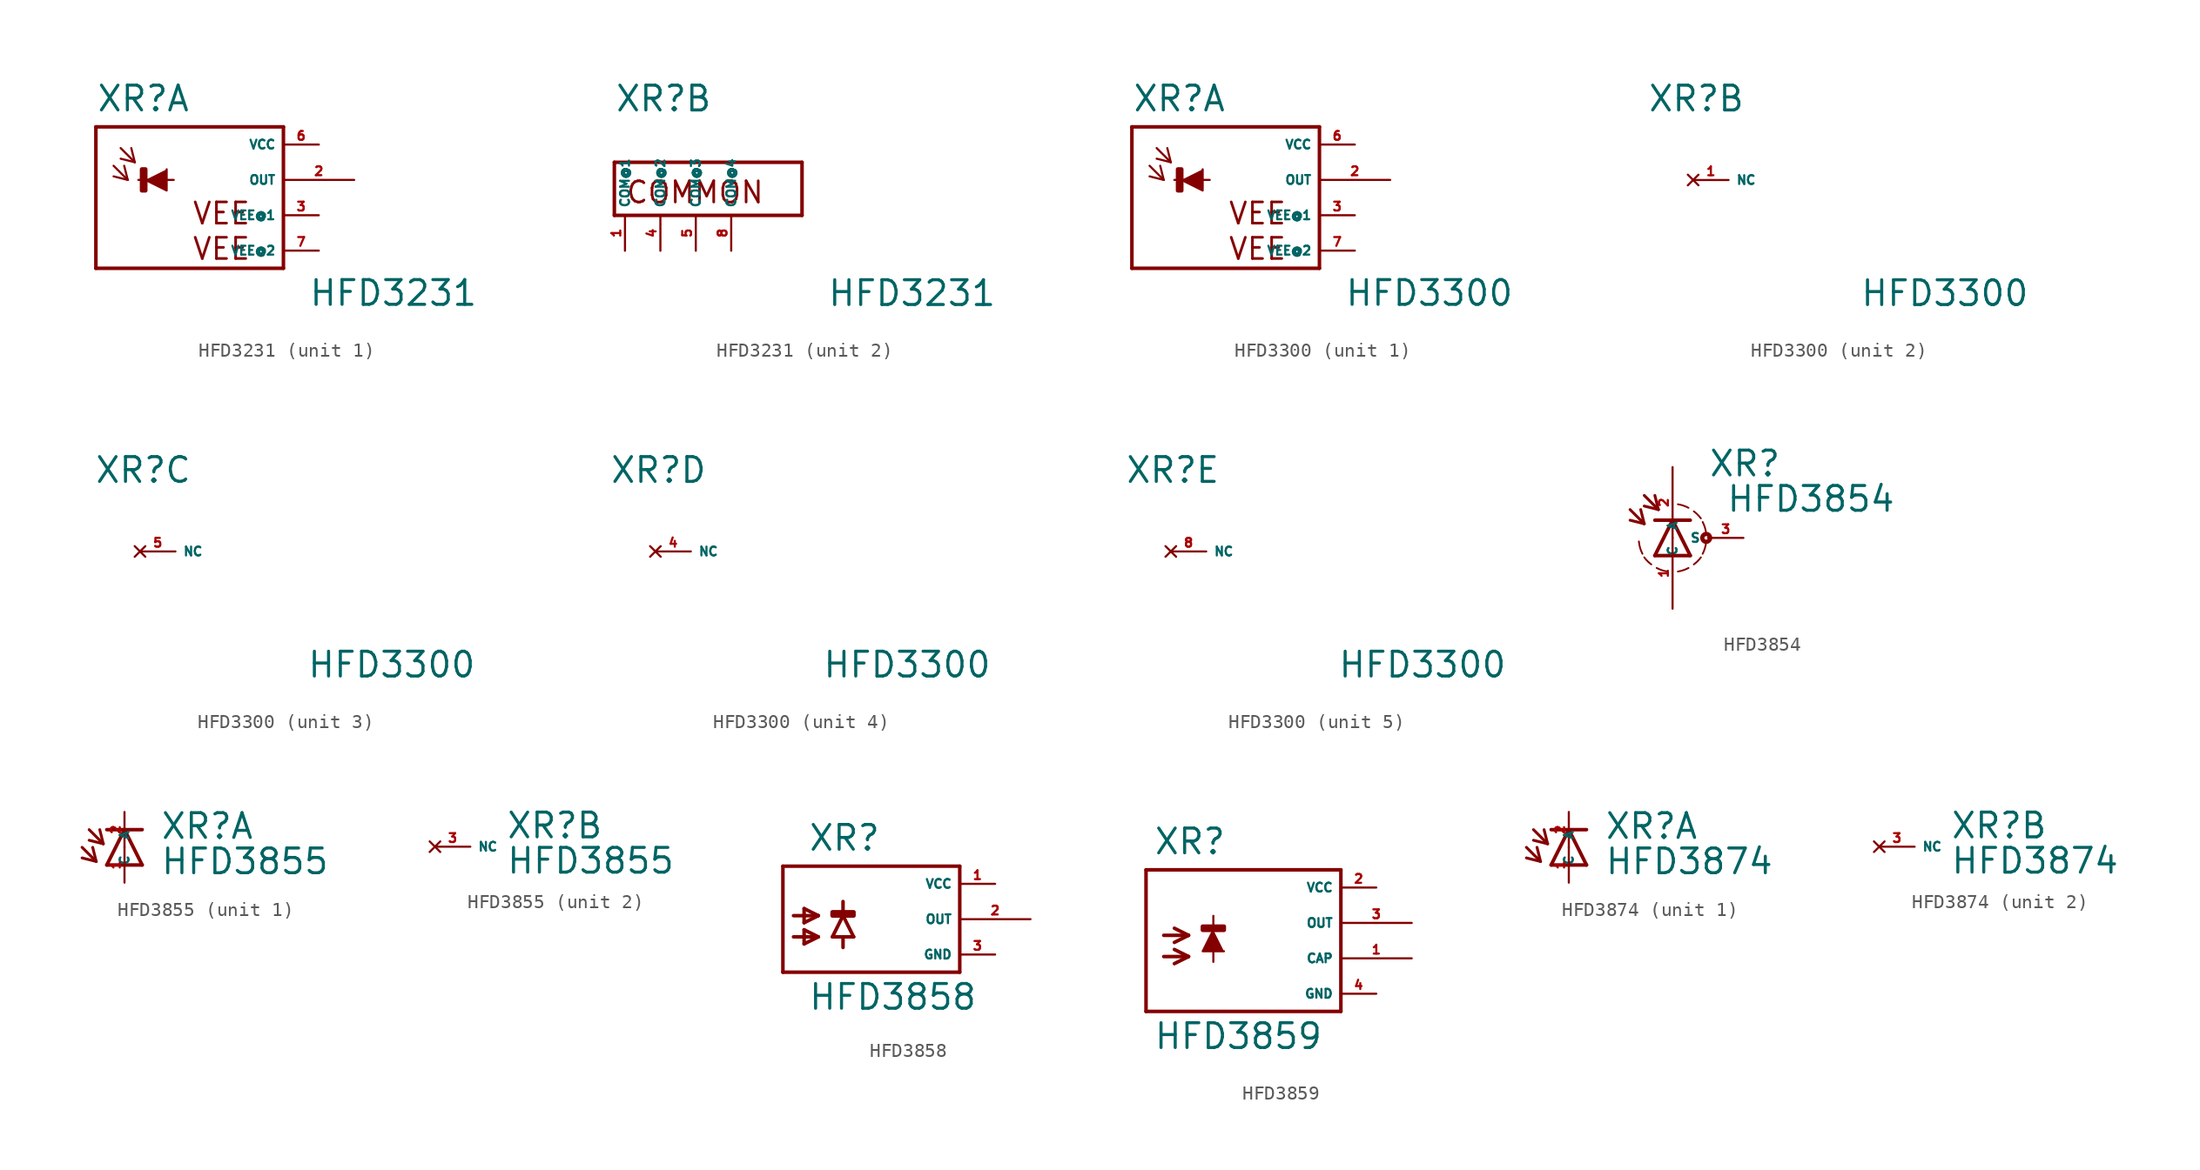
<source format=kicad_sym>
(kicad_symbol_lib
  (version 20220914)
  (generator Eagle2Kicad)
  (symbol "HFD3231"
    (property "Reference" "XR"
      (at -5.842 4.801 0)
      (effects (font (size 1.778 1.778) (thickness 0.22)) (justify left bottom)))
    (property "Value" "HFD3231"
      (at 9.398 -9.169 0)
      (effects (font (size 1.778 1.778) (thickness 0.22)) (justify left bottom)))
    (symbol "HFD3231_1_0"
      (polyline (pts (xy -2.286 0) (xy -0.762 -0.762) (xy -0.762 0.762)) (stroke (width 0.152) (type default)) (fill (type outline)))
      (polyline (pts (xy -4.572 1.016) (xy -3.556 0)) (stroke (width 0.152) (type default)) (fill (type none)))
      (polyline (pts (xy -3.556 0) (xy -3.81 1.016)) (stroke (width 0.152) (type default)) (fill (type none)))
      (polyline (pts (xy -3.556 0) (xy -4.572 0.254)) (stroke (width 0.152) (type default)) (fill (type none)))
      (polyline (pts (xy -4.064 2.286) (xy -3.048 1.27)) (stroke (width 0.152) (type default)) (fill (type none)))
      (polyline (pts (xy -3.048 1.27) (xy -3.302 2.286)) (stroke (width 0.152) (type default)) (fill (type none)))
      (polyline (pts (xy -3.048 1.27) (xy -4.064 1.524)) (stroke (width 0.152) (type default)) (fill (type none)))
      (polyline (pts (xy 7.62 3.81) (xy 7.62 -6.35)) (stroke (width 0.254) (type default)) (fill (type none)))
      (polyline (pts (xy 7.62 -6.35) (xy -5.842 -6.35)) (stroke (width 0.254) (type default)) (fill (type none)))
      (polyline (pts (xy -5.842 -6.35) (xy -5.842 3.81)) (stroke (width 0.254) (type default)) (fill (type none)))
      (polyline (pts (xy -5.842 3.81) (xy 7.62 3.81)) (stroke (width 0.254) (type default)) (fill (type none)))
      (polyline (pts (xy -2.794 0) (xy -0.254 0)) (stroke (width 0.152) (type default)) (fill (type none)))
      (text "VEE" (at 1.016 -3.302 0) (effects (font (size 1.524 1.524) (thickness 0.19)) (justify left bottom)))
      (text "VEE" (at 1.016 -5.842 0) (effects (font (size 1.524 1.524) (thickness 0.19)) (justify left bottom)))
      (rectangle (start -2.54 -0.762) (end -2.286 0.762) (stroke (width 0.3) (type default)) (fill (type outline)))
      (pin unspecified line (at 10.16 2.54 180) (length 2.54) (name "VCC" (effects (font (size 0.635 0.635) (thickness 0.08)) (justify left bottom))) (number "6" (effects (font (size 0.635 0.635) (thickness 0.08)) (justify left bottom))))
      (pin unspecified line (at 10.16 -2.54 180) (length 2.54) (name "VEE@1" (effects (font (size 0.635 0.635) (thickness 0.08)) (justify left bottom))) (number "3" (effects (font (size 0.635 0.635) (thickness 0.08)) (justify left bottom))))
      (pin output line (at 12.7 0 180) (length 5.08) (name "OUT" (effects (font (size 0.635 0.635) (thickness 0.08)) (justify left bottom))) (number "2" (effects (font (size 0.635 0.635) (thickness 0.08)) (justify left bottom))))
      (pin unspecified line (at 10.16 -5.08 180) (length 2.54) (name "VEE@2" (effects (font (size 0.635 0.635) (thickness 0.08)) (justify left bottom))) (number "7" (effects (font (size 0.635 0.635) (thickness 0.08)) (justify left bottom)))))
    (symbol "HFD3231_2_0"
      (polyline (pts (xy 7.62 1.27) (xy 7.62 -2.54)) (stroke (width 0.254) (type default)) (fill (type none)))
      (polyline (pts (xy 7.62 -2.54) (xy -5.842 -2.54)) (stroke (width 0.254) (type default)) (fill (type none)))
      (polyline (pts (xy -5.842 -2.54) (xy -5.842 1.27)) (stroke (width 0.254) (type default)) (fill (type none)))
      (polyline (pts (xy 7.62 1.27) (xy -5.842 1.27)) (stroke (width 0.254) (type default)) (fill (type none)))
      (text "COMMON" (at -5.08 -1.778 0) (effects (font (size 1.524 1.524) (thickness 0.19)) (justify left bottom)))
      (pin unspecified line (at -5.08 -5.08 90) (length 2.54) (name "COM@1" (effects (font (size 0.635 0.635) (thickness 0.08)) (justify left bottom))) (number "1" (effects (font (size 0.635 0.635) (thickness 0.08)) (justify left bottom))))
      (pin unspecified line (at -2.54 -5.08 90) (length 2.54) (name "COM@2" (effects (font (size 0.635 0.635) (thickness 0.08)) (justify left bottom))) (number "4" (effects (font (size 0.635 0.635) (thickness 0.08)) (justify left bottom))))
      (pin unspecified line (at 0 -5.08 90) (length 2.54) (name "COM@3" (effects (font (size 0.635 0.635) (thickness 0.08)) (justify left bottom))) (number "5" (effects (font (size 0.635 0.635) (thickness 0.08)) (justify left bottom))))
      (pin unspecified line (at 2.54 -5.08 90) (length 2.54) (name "COM@4" (effects (font (size 0.635 0.635) (thickness 0.08)) (justify left bottom))) (number "8" (effects (font (size 0.635 0.635) (thickness 0.08)) (justify left bottom))))))
  (symbol "HFD3300"
    (property "Reference" "XR"
      (at -5.842 4.801 0)
      (effects (font (size 1.778 1.778) (thickness 0.22)) (justify left bottom)))
    (property "Value" "HFD3300"
      (at 9.398 -9.169 0)
      (effects (font (size 1.778 1.778) (thickness 0.22)) (justify left bottom)))
    (symbol "HFD3300_1_0"
      (polyline (pts (xy -2.286 0) (xy -0.762 -0.762) (xy -0.762 0.762)) (stroke (width 0.152) (type default)) (fill (type outline)))
      (polyline (pts (xy -4.572 1.016) (xy -3.556 0)) (stroke (width 0.152) (type default)) (fill (type none)))
      (polyline (pts (xy -3.556 0) (xy -3.81 1.016)) (stroke (width 0.152) (type default)) (fill (type none)))
      (polyline (pts (xy -3.556 0) (xy -4.572 0.254)) (stroke (width 0.152) (type default)) (fill (type none)))
      (polyline (pts (xy -4.064 2.286) (xy -3.048 1.27)) (stroke (width 0.152) (type default)) (fill (type none)))
      (polyline (pts (xy -3.048 1.27) (xy -3.302 2.286)) (stroke (width 0.152) (type default)) (fill (type none)))
      (polyline (pts (xy -3.048 1.27) (xy -4.064 1.524)) (stroke (width 0.152) (type default)) (fill (type none)))
      (polyline (pts (xy 7.62 3.81) (xy 7.62 -6.35)) (stroke (width 0.254) (type default)) (fill (type none)))
      (polyline (pts (xy 7.62 -6.35) (xy -5.842 -6.35)) (stroke (width 0.254) (type default)) (fill (type none)))
      (polyline (pts (xy -5.842 -6.35) (xy -5.842 3.81)) (stroke (width 0.254) (type default)) (fill (type none)))
      (polyline (pts (xy -5.842 3.81) (xy 7.62 3.81)) (stroke (width 0.254) (type default)) (fill (type none)))
      (polyline (pts (xy -2.794 0) (xy -0.254 0)) (stroke (width 0.152) (type default)) (fill (type none)))
      (text "VEE" (at 1.016 -3.302 0) (effects (font (size 1.524 1.524) (thickness 0.19)) (justify left bottom)))
      (text "VEE" (at 1.016 -5.842 0) (effects (font (size 1.524 1.524) (thickness 0.19)) (justify left bottom)))
      (rectangle (start -2.54 -0.762) (end -2.286 0.762) (stroke (width 0.3) (type default)) (fill (type outline)))
      (pin unspecified line (at 10.16 2.54 180) (length 2.54) (name "VCC" (effects (font (size 0.635 0.635) (thickness 0.08)) (justify left bottom))) (number "6" (effects (font (size 0.635 0.635) (thickness 0.08)) (justify left bottom))))
      (pin unspecified line (at 10.16 -2.54 180) (length 2.54) (name "VEE@1" (effects (font (size 0.635 0.635) (thickness 0.08)) (justify left bottom))) (number "3" (effects (font (size 0.635 0.635) (thickness 0.08)) (justify left bottom))))
      (pin output line (at 12.7 0 180) (length 5.08) (name "OUT" (effects (font (size 0.635 0.635) (thickness 0.08)) (justify left bottom))) (number "2" (effects (font (size 0.635 0.635) (thickness 0.08)) (justify left bottom))))
      (pin unspecified line (at 10.16 -5.08 180) (length 2.54) (name "VEE@2" (effects (font (size 0.635 0.635) (thickness 0.08)) (justify left bottom))) (number "7" (effects (font (size 0.635 0.635) (thickness 0.08)) (justify left bottom)))))
    (symbol "HFD3300_2_0"
      (pin no_connect line (at -2.54 0 0) (length 2.54) (name "NC" (effects (font (size 0.635 0.635) (thickness 0.08)) (justify left bottom) hide)) (number "1" (effects (font (size 0.635 0.635) (thickness 0.08)) (justify left bottom) hide))))
    (symbol "HFD3300_3_0"
      (pin no_connect line (at -2.54 0 0) (length 2.54) (name "NC" (effects (font (size 0.635 0.635) (thickness 0.08)) (justify left bottom) hide)) (number "5" (effects (font (size 0.635 0.635) (thickness 0.08)) (justify left bottom) hide))))
    (symbol "HFD3300_4_0"
      (pin no_connect line (at -2.54 0 0) (length 2.54) (name "NC" (effects (font (size 0.635 0.635) (thickness 0.08)) (justify left bottom) hide)) (number "4" (effects (font (size 0.635 0.635) (thickness 0.08)) (justify left bottom) hide))))
    (symbol "HFD3300_5_0"
      (pin no_connect line (at -2.54 0 0) (length 2.54) (name "NC" (effects (font (size 0.635 0.635) (thickness 0.08)) (justify left bottom) hide)) (number "8" (effects (font (size 0.635 0.635) (thickness 0.08)) (justify left bottom) hide)))))
  (symbol "HFD3854"
    (property "Reference" "XR"
      (at 2.54 4.293 0)
      (effects (font (size 1.778 1.778) (thickness 0.22)) (justify left bottom)))
    (property "Value" "HFD3854"
      (at 3.81 1.753 0)
      (effects (font (size 1.778 1.778) (thickness 0.22)) (justify left bottom)))
    (polyline
      (pts (xy 1.27 -1.27) (xy 0 1.27))
      (stroke (width 0.254) (type default))
      (fill (type none)))
    (polyline
      (pts (xy 0 1.27) (xy -1.27 -1.27))
      (stroke (width 0.254) (type default))
      (fill (type none)))
    (polyline
      (pts (xy -1.27 1.27) (xy 0 1.27))
      (stroke (width 0.254) (type default))
      (fill (type none)))
    (polyline
      (pts (xy -1.27 -1.27) (xy 1.27 -1.27))
      (stroke (width 0.254) (type default))
      (fill (type none)))
    (polyline
      (pts (xy 0 1.27) (xy 1.27 1.27))
      (stroke (width 0.254) (type default))
      (fill (type none)))
    (polyline
      (pts (xy -2.032 3.048) (xy -1.016 2.032))
      (stroke (width 0.203) (type default))
      (fill (type none)))
    (polyline
      (pts (xy -1.016 2.032) (xy -2.032 2.286))
      (stroke (width 0.203) (type default))
      (fill (type none)))
    (polyline
      (pts (xy -1.016 2.032) (xy -1.27 3.048))
      (stroke (width 0.203) (type default))
      (fill (type none)))
    (polyline
      (pts (xy -3.048 2.032) (xy -2.032 1.016))
      (stroke (width 0.203) (type default))
      (fill (type none)))
    (polyline
      (pts (xy -2.032 1.016) (xy -3.048 1.27))
      (stroke (width 0.203) (type default))
      (fill (type none)))
    (polyline
      (pts (xy -2.032 1.016) (xy -2.286 2.032))
      (stroke (width 0.203) (type default))
      (fill (type none)))
    (arc
      (start 0.381 -2.413)
      (mid 0.773 -2.318)
      (end 1.143 -2.159)
      (stroke (width 0.127) (type default))
      (fill (type none)))
    (arc
      (start 2.159 -1.143)
      (mid 2.329 -0.711)
      (end 2.413 -0.254)
      (stroke (width 0.127) (type default))
      (fill (type none)))
    (arc
      (start 2.413 0.254)
      (mid 2.329 0.711)
      (end 2.159 1.143)
      (stroke (width 0.127) (type default))
      (fill (type none)))
    (arc
      (start 2.032 1.397)
      (mid 1.797 1.670)
      (end 1.524 1.905)
      (stroke (width 0.127) (type default))
      (fill (type none)))
    (arc
      (start 1.143 2.159)
      (mid 0.773 2.318)
      (end 0.381 2.413)
      (stroke (width 0.127) (type default))
      (fill (type none)))
    (arc
      (start 1.524 -1.905)
      (mid 1.797 -1.670)
      (end 2.032 -1.397)
      (stroke (width 0.127) (type default))
      (fill (type none)))
    (arc
      (start -1.143 -2.159)
      (mid -0.773 -2.318)
      (end -0.381 -2.413)
      (stroke (width 0.127) (type default))
      (fill (type none)))
    (arc
      (start -2.032 -1.397)
      (mid -1.797 -1.670)
      (end -1.524 -1.905)
      (stroke (width 0.127) (type default))
      (fill (type none)))
    (arc
      (start -2.413 -0.254)
      (mid -2.329 -0.711)
      (end -2.159 -1.143)
      (stroke (width 0.127) (type default))
      (fill (type none)))
    (circle
      (center 2.413 0)
      (radius 0.127)
      (stroke (width 0.305) (type default))
      (fill (type none)))
    (pin passive line
      (at 0 -5.08 90)
      (length 5.08)
      (name "A" (effects (font (size 0.635 0.635) (thickness 0.08)) (justify left bottom)))
      (number "1" (effects (font (size 0.635 0.635) (thickness 0.08)) (justify left bottom))))
    (pin passive line
      (at 0 5.08 270)
      (length 5.08)
      (name "C" (effects (font (size 0.635 0.635) (thickness 0.08)) (justify left bottom)))
      (number "2" (effects (font (size 0.635 0.635) (thickness 0.08)) (justify left bottom))))
    (pin passive line
      (at 5.08 0 180)
      (length 2.54)
      (name "S" (effects (font (size 0.635 0.635) (thickness 0.08)) (justify left bottom)))
      (number "3" (effects (font (size 0.635 0.635) (thickness 0.08)) (justify left bottom)))))
  (symbol "HFD3855"
    (property "Reference" "XR"
      (at 2.54 0.483 0)
      (effects (font (size 1.778 1.778) (thickness 0.22)) (justify left bottom)))
    (property "Value" "HFD3855"
      (at 2.54 -2.057 0)
      (effects (font (size 1.778 1.778) (thickness 0.22)) (justify left bottom)))
    (symbol "HFD3855_1_0"
      (polyline (pts (xy 1.27 -1.27) (xy 0 1.27)) (stroke (width 0.254) (type default)) (fill (type none)))
      (polyline (pts (xy 0 1.27) (xy -1.27 -1.27)) (stroke (width 0.254) (type default)) (fill (type none)))
      (polyline (pts (xy -1.27 1.27) (xy 0 1.27)) (stroke (width 0.254) (type default)) (fill (type none)))
      (polyline (pts (xy -1.27 -1.27) (xy 1.27 -1.27)) (stroke (width 0.254) (type default)) (fill (type none)))
      (polyline (pts (xy 0 1.27) (xy 1.27 1.27)) (stroke (width 0.254) (type default)) (fill (type none)))
      (polyline (pts (xy -3.048 0) (xy -2.032 -1.016)) (stroke (width 0.203) (type default)) (fill (type none)))
      (polyline (pts (xy -2.032 -1.016) (xy -2.286 0)) (stroke (width 0.203) (type default)) (fill (type none)))
      (polyline (pts (xy -2.032 -1.016) (xy -3.048 -0.762)) (stroke (width 0.203) (type default)) (fill (type none)))
      (polyline (pts (xy -2.54 1.27) (xy -1.524 0.254)) (stroke (width 0.203) (type default)) (fill (type none)))
      (polyline (pts (xy -1.524 0.254) (xy -1.778 1.27)) (stroke (width 0.203) (type default)) (fill (type none)))
      (polyline (pts (xy -1.524 0.254) (xy -2.54 0.508)) (stroke (width 0.203) (type default)) (fill (type none)))
      (pin passive line (at 0 -2.54 90) (length 2.54) (name "A" (effects (font (size 0.635 0.635) (thickness 0.08)) (justify left bottom))) (number "1" (effects (font (size 0.635 0.635) (thickness 0.08)) (justify left bottom))))
      (pin passive line (at 0 2.54 270) (length 2.54) (name "C" (effects (font (size 0.635 0.635) (thickness 0.08)) (justify left bottom))) (number "2" (effects (font (size 0.635 0.635) (thickness 0.08)) (justify left bottom)))))
    (symbol "HFD3855_2_0"
      (pin no_connect line (at -2.54 0 0) (length 2.54) (name "NC" (effects (font (size 0.635 0.635) (thickness 0.08)) (justify left bottom) hide)) (number "3" (effects (font (size 0.635 0.635) (thickness 0.08)) (justify left bottom) hide)))))
  (symbol "HFD3858"
    (property "Reference" "XR"
      (at -3.302 4.801 0)
      (effects (font (size 1.778 1.778) (thickness 0.22)) (justify left bottom)))
    (property "Value" "HFD3858"
      (at -3.302 -6.629 0)
      (effects (font (size 1.778 1.778) (thickness 0.22)) (justify left bottom)))
    (polyline
      (pts (xy -4.318 0.254) (xy -2.54 0.254))
      (stroke (width 0.254) (type default))
      (fill (type none)))
    (polyline
      (pts (xy -2.54 0.254) (xy -3.556 -0.254))
      (stroke (width 0.254) (type default))
      (fill (type none)))
    (polyline
      (pts (xy -2.54 0.254) (xy -3.556 0.762))
      (stroke (width 0.254) (type default))
      (fill (type none)))
    (polyline
      (pts (xy -4.318 -1.27) (xy -2.54 -1.27))
      (stroke (width 0.254) (type default))
      (fill (type none)))
    (polyline
      (pts (xy -2.54 -1.27) (xy -3.556 -1.778))
      (stroke (width 0.254) (type default))
      (fill (type none)))
    (polyline
      (pts (xy -2.54 -1.27) (xy -3.556 -0.762))
      (stroke (width 0.254) (type default))
      (fill (type none)))
    (polyline
      (pts (xy 7.62 3.81) (xy -5.08 3.81))
      (stroke (width 0.254) (type default))
      (fill (type none)))
    (polyline
      (pts (xy -5.08 3.81) (xy -5.08 -3.81))
      (stroke (width 0.254) (type default))
      (fill (type none)))
    (polyline
      (pts (xy -5.08 -3.81) (xy 7.62 -3.81))
      (stroke (width 0.254) (type default))
      (fill (type none)))
    (polyline
      (pts (xy 7.62 -3.81) (xy 7.62 3.81))
      (stroke (width 0.254) (type default))
      (fill (type none)))
    (polyline
      (pts (xy -3.556 0.762) (xy -3.556 -0.254))
      (stroke (width 0.254) (type default))
      (fill (type none)))
    (polyline
      (pts (xy -3.556 -0.762) (xy -3.556 -1.778))
      (stroke (width 0.254) (type default))
      (fill (type none)))
    (polyline
      (pts (xy -0.762 0.254) (xy 0 -1.27))
      (stroke (width 0.254) (type default))
      (fill (type none)))
    (polyline
      (pts (xy 0 -1.27) (xy -0.762 -1.27))
      (stroke (width 0.254) (type default))
      (fill (type none)))
    (polyline
      (pts (xy -0.762 -1.27) (xy -1.524 -1.27))
      (stroke (width 0.254) (type default))
      (fill (type none)))
    (polyline
      (pts (xy -1.524 -1.27) (xy -0.762 0.254))
      (stroke (width 0.254) (type default))
      (fill (type none)))
    (polyline
      (pts (xy -0.762 1.27) (xy -0.762 0.254))
      (stroke (width 0.254) (type default))
      (fill (type none)))
    (polyline
      (pts (xy -0.762 -1.27) (xy -0.762 -2.032))
      (stroke (width 0.254) (type default))
      (fill (type none)))
    (rectangle
      (start -1.524 0.254)
      (end 0 0.508)
      (stroke (width 0.3) (type default))
      (fill (type outline)))
    (pin unspecified line
      (at 10.16 2.54 180)
      (length 2.54)
      (name "VCC" (effects (font (size 0.635 0.635) (thickness 0.08)) (justify left bottom)))
      (number "1" (effects (font (size 0.635 0.635) (thickness 0.08)) (justify left bottom))))
    (pin unspecified line
      (at 10.16 -2.54 180)
      (length 2.54)
      (name "GND" (effects (font (size 0.635 0.635) (thickness 0.08)) (justify left bottom)))
      (number "3" (effects (font (size 0.635 0.635) (thickness 0.08)) (justify left bottom))))
    (pin output line
      (at 12.7 0 180)
      (length 5.08)
      (name "OUT" (effects (font (size 0.635 0.635) (thickness 0.08)) (justify left bottom)))
      (number "2" (effects (font (size 0.635 0.635) (thickness 0.08)) (justify left bottom)))))
  (symbol "HFD3859"
    (property "Reference" "XR"
      (at -5.842 4.801 0)
      (effects (font (size 1.778 1.778) (thickness 0.22)) (justify left bottom)))
    (property "Value" "HFD3859"
      (at -5.842 -9.169 0)
      (effects (font (size 1.778 1.778) (thickness 0.22)) (justify left bottom)))
    (polyline
      (pts (xy -1.524 -0.508) (xy -2.286 -2.032) (xy -0.762 -2.032))
      (stroke (width 0.152) (type default))
      (fill (type outline)))
    (polyline
      (pts (xy -5.08 -0.889) (xy -3.302 -0.889))
      (stroke (width 0.254) (type default))
      (fill (type none)))
    (polyline
      (pts (xy -3.302 -0.889) (xy -4.318 -1.397))
      (stroke (width 0.254) (type default))
      (fill (type none)))
    (polyline
      (pts (xy -3.302 -0.889) (xy -4.318 -0.381))
      (stroke (width 0.254) (type default))
      (fill (type none)))
    (polyline
      (pts (xy -5.08 -2.413) (xy -3.302 -2.413))
      (stroke (width 0.254) (type default))
      (fill (type none)))
    (polyline
      (pts (xy -3.302 -2.413) (xy -4.318 -2.921))
      (stroke (width 0.254) (type default))
      (fill (type none)))
    (polyline
      (pts (xy -3.302 -2.413) (xy -4.318 -1.905))
      (stroke (width 0.254) (type default))
      (fill (type none)))
    (polyline
      (pts (xy -1.524 0.508) (xy -1.524 -2.794))
      (stroke (width 0.152) (type default))
      (fill (type none)))
    (polyline
      (pts (xy 7.62 3.81) (xy -6.35 3.81))
      (stroke (width 0.254) (type default))
      (fill (type none)))
    (polyline
      (pts (xy -6.35 3.81) (xy -6.35 -6.35))
      (stroke (width 0.254) (type default))
      (fill (type none)))
    (polyline
      (pts (xy -6.35 -6.35) (xy 7.62 -6.35))
      (stroke (width 0.254) (type default))
      (fill (type none)))
    (polyline
      (pts (xy 7.62 -6.35) (xy 7.62 3.81))
      (stroke (width 0.254) (type default))
      (fill (type none)))
    (rectangle
      (start -2.286 -0.508)
      (end -0.762 -0.254)
      (stroke (width 0.3) (type default))
      (fill (type outline)))
    (pin unspecified line
      (at 10.16 2.54 180)
      (length 2.54)
      (name "VCC" (effects (font (size 0.635 0.635) (thickness 0.08)) (justify left bottom)))
      (number "2" (effects (font (size 0.635 0.635) (thickness 0.08)) (justify left bottom))))
    (pin unspecified line
      (at 10.16 -5.08 180)
      (length 2.54)
      (name "GND" (effects (font (size 0.635 0.635) (thickness 0.08)) (justify left bottom)))
      (number "4" (effects (font (size 0.635 0.635) (thickness 0.08)) (justify left bottom))))
    (pin output line
      (at 12.7 0 180)
      (length 5.08)
      (name "OUT" (effects (font (size 0.635 0.635) (thickness 0.08)) (justify left bottom)))
      (number "3" (effects (font (size 0.635 0.635) (thickness 0.08)) (justify left bottom))))
    (pin output line
      (at 12.7 -2.54 180)
      (length 5.08)
      (name "CAP" (effects (font (size 0.635 0.635) (thickness 0.08)) (justify left bottom)))
      (number "1" (effects (font (size 0.635 0.635) (thickness 0.08)) (justify left bottom)))))
  (symbol "HFD3874"
    (property "Reference" "XR"
      (at 2.54 0.483 0)
      (effects (font (size 1.778 1.778) (thickness 0.22)) (justify left bottom)))
    (property "Value" "HFD3874"
      (at 2.54 -2.057 0)
      (effects (font (size 1.778 1.778) (thickness 0.22)) (justify left bottom)))
    (symbol "HFD3874_1_0"
      (polyline (pts (xy 1.27 -1.27) (xy 0 1.27)) (stroke (width 0.254) (type default)) (fill (type none)))
      (polyline (pts (xy 0 1.27) (xy -1.27 -1.27)) (stroke (width 0.254) (type default)) (fill (type none)))
      (polyline (pts (xy -1.27 1.27) (xy 0 1.27)) (stroke (width 0.254) (type default)) (fill (type none)))
      (polyline (pts (xy -1.27 -1.27) (xy 1.27 -1.27)) (stroke (width 0.254) (type default)) (fill (type none)))
      (polyline (pts (xy 0 1.27) (xy 1.27 1.27)) (stroke (width 0.254) (type default)) (fill (type none)))
      (polyline (pts (xy -3.048 0) (xy -2.032 -1.016)) (stroke (width 0.203) (type default)) (fill (type none)))
      (polyline (pts (xy -2.032 -1.016) (xy -2.286 0)) (stroke (width 0.203) (type default)) (fill (type none)))
      (polyline (pts (xy -2.032 -1.016) (xy -3.048 -0.762)) (stroke (width 0.203) (type default)) (fill (type none)))
      (polyline (pts (xy -2.54 1.27) (xy -1.524 0.254)) (stroke (width 0.203) (type default)) (fill (type none)))
      (polyline (pts (xy -1.524 0.254) (xy -1.778 1.27)) (stroke (width 0.203) (type default)) (fill (type none)))
      (polyline (pts (xy -1.524 0.254) (xy -2.54 0.508)) (stroke (width 0.203) (type default)) (fill (type none)))
      (pin passive line (at 0 -2.54 90) (length 2.54) (name "A" (effects (font (size 0.635 0.635) (thickness 0.08)) (justify left bottom))) (number "1" (effects (font (size 0.635 0.635) (thickness 0.08)) (justify left bottom))))
      (pin passive line (at 0 2.54 270) (length 2.54) (name "C" (effects (font (size 0.635 0.635) (thickness 0.08)) (justify left bottom))) (number "2" (effects (font (size 0.635 0.635) (thickness 0.08)) (justify left bottom)))))
    (symbol "HFD3874_2_0"
      (pin no_connect line (at -2.54 0 0) (length 2.54) (name "NC" (effects (font (size 0.635 0.635) (thickness 0.08)) (justify left bottom) hide)) (number "3" (effects (font (size 0.635 0.635) (thickness 0.08)) (justify left bottom) hide))))))
</source>
